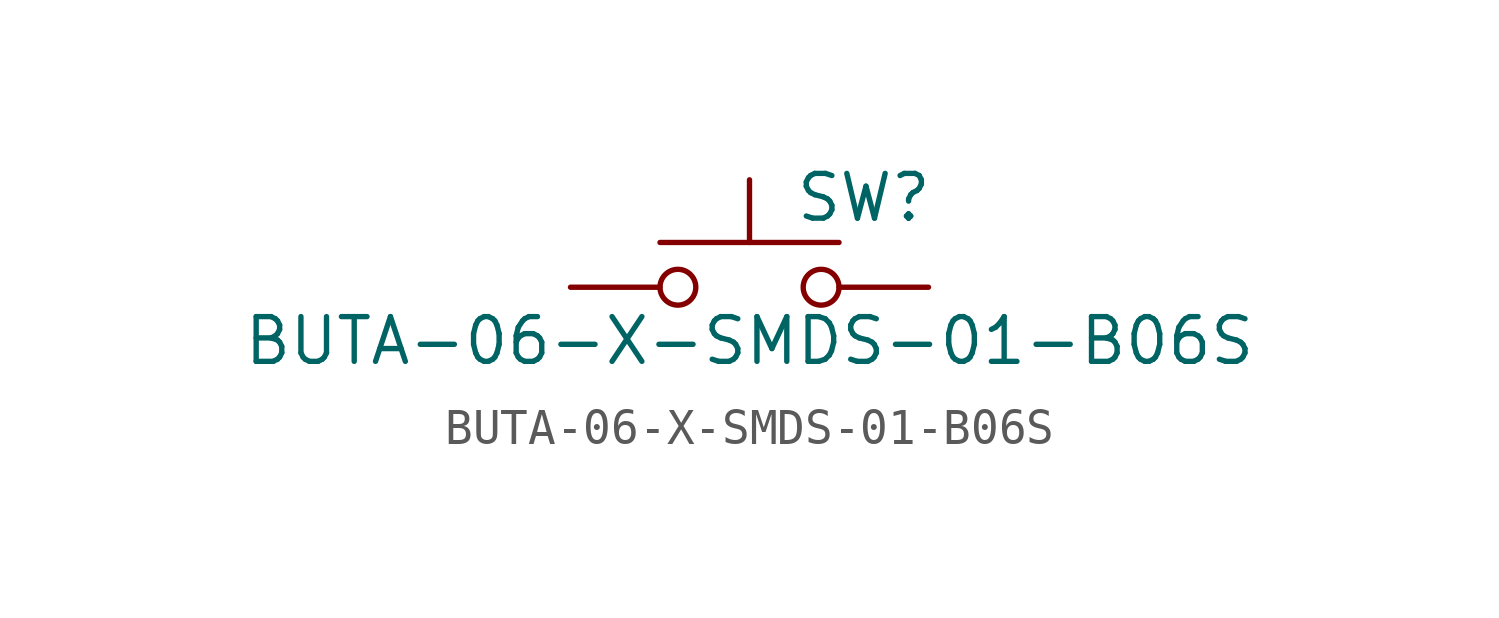
<source format=kicad_sym>
(kicad_symbol_lib
  (version 20211014)
  (generator kicad_symbol_editor)
  (symbol "BUTA-06-X-SMDS-01-B06S"
    (pin_numbers hide)
    (pin_names
      (offset 1.016) hide)
    (property "Reference" "SW"
      (at 1.27 2.54 0)
      (effects (font (size 1.27 1.27)) (justify left)))
    (property "Value" "BUTA-06-X-SMDS-01-B06S"
      (at 0 -1.524 0)
      (effects (font (size 1.27 1.27))))
    (symbol "BUTA-06-X-SMDS-01-B06S_0_1"
      (circle (center -2.032 0) (radius 0.508) (stroke (width 0) (type default) (color 0 0 0 0)) (fill (type none)))
      (polyline (pts (xy 0 1.27) (xy 0 3.048)) (stroke (width 0) (type default) (color 0 0 0 0)) (fill (type none)))
      (polyline (pts (xy 2.54 1.27) (xy -2.54 1.27)) (stroke (width 0) (type default) (color 0 0 0 0)) (fill (type none)))
      (circle (center 2.032 0) (radius 0.508) (stroke (width 0) (type default) (color 0 0 0 0)) (fill (type none)))
      (pin passive line (at -5.08 0 0) (length 2.54) (name "1" (effects (font (size 1.27 1.27)))) (number "1" (effects (font (size 1.27 1.27)))))
      (pin passive line (at 5.08 0 180) (length 2.54) (name "2" (effects (font (size 1.27 1.27)))) (number "2" (effects (font (size 1.27 1.27))))))))
</source>
